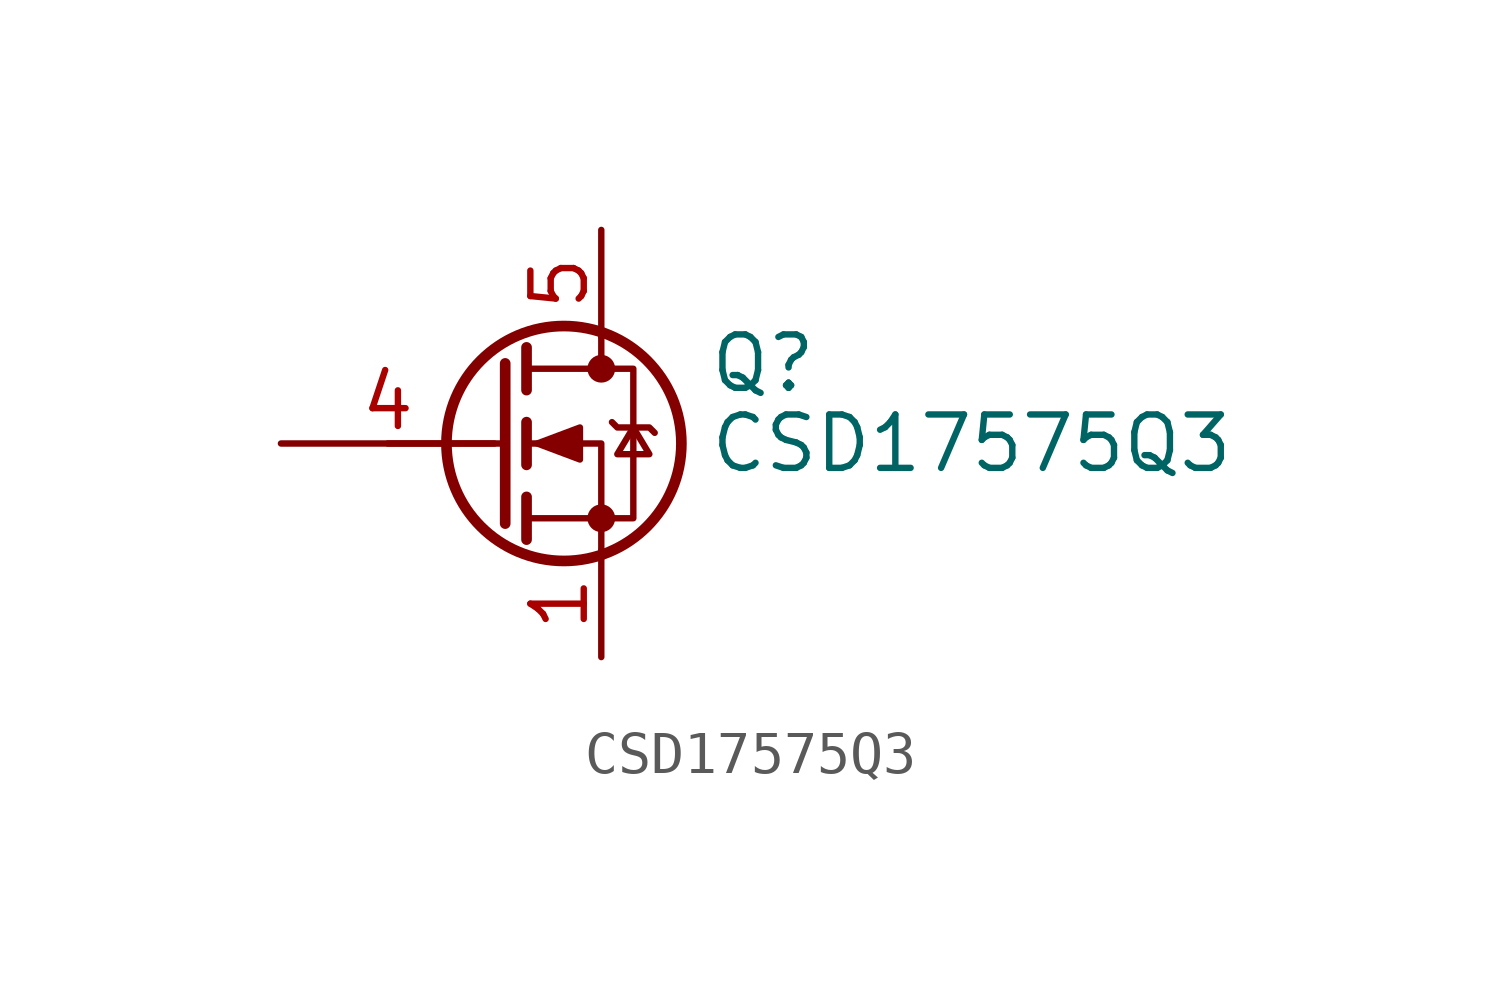
<source format=kicad_sym>
(kicad_symbol_lib
  (version 20241209)
  (generator "kicad_symbol_editor")
  (generator_version "9.0")
  (symbol "CSD17575Q3"
    (pin_names
      (offset 0)
      (hide yes))
    (property "Reference" "Q"
      (at 5.08 1.905 0)
      (effects (font (size 1.27 1.27)) (justify left)))
    (property "Value" "CSD17575Q3"
      (at 5.08 0 0)
      (effects (font (size 1.27 1.27)) (justify left)))
    (symbol "CSD17575Q3_0_1"
      (polyline (pts (xy 0.254 1.905) (xy 0.254 -1.905)) (stroke (width 0.254) (type default)) (fill (type none)))
      (polyline (pts (xy 0.254 0) (xy -2.54 0)) (stroke (width 0) (type default)) (fill (type none)))
      (polyline (pts (xy 0.762 2.286) (xy 0.762 1.27)) (stroke (width 0.254) (type default)) (fill (type none)))
      (polyline (pts (xy 0.762 0.508) (xy 0.762 -0.508)) (stroke (width 0.254) (type default)) (fill (type none)))
      (polyline (pts (xy 0.762 -1.27) (xy 0.762 -2.286)) (stroke (width 0.254) (type default)) (fill (type none)))
      (polyline (pts (xy 0.762 -1.778) (xy 3.302 -1.778) (xy 3.302 1.778) (xy 0.762 1.778)) (stroke (width 0) (type default)) (fill (type none)))
      (polyline (pts (xy 1.016 0) (xy 2.032 0.381) (xy 2.032 -0.381) (xy 1.016 0)) (stroke (width 0) (type default)) (fill (type outline)))
      (circle (center 1.651 0) (radius 2.794) (stroke (width 0.254) (type default)) (fill (type none)))
      (polyline (pts (xy 2.54 2.54) (xy 2.54 1.778)) (stroke (width 0) (type default)) (fill (type none)))
      (circle (center 2.54 1.778) (radius 0.254) (stroke (width 0) (type default)) (fill (type outline)))
      (circle (center 2.54 -1.778) (radius 0.254) (stroke (width 0) (type default)) (fill (type outline)))
      (polyline (pts (xy 2.54 -2.54) (xy 2.54 0) (xy 0.762 0)) (stroke (width 0) (type default)) (fill (type none)))
      (polyline (pts (xy 2.794 0.508) (xy 2.921 0.381) (xy 3.683 0.381) (xy 3.81 0.254)) (stroke (width 0) (type default)) (fill (type none)))
      (polyline (pts (xy 3.302 0.381) (xy 2.921 -0.254) (xy 3.683 -0.254) (xy 3.302 0.381)) (stroke (width 0) (type default)) (fill (type none))))
    (symbol "CSD17575Q3_1_1"
      (pin input line (at -5.08 0 0) (length 5.08) (name "G" (effects (font (size 1.27 1.27)))) (number "4" (effects (font (size 1.27 1.27)))))
      (pin passive line (at 2.54 5.08 270) (length 2.54) (name "D" (effects (font (size 1.27 1.27)))) (number "5" (effects (font (size 1.27 1.27)))))
      (pin passive line (at 2.54 -5.08 90) (length 2.54) (name "S" (effects (font (size 1.27 1.27)))) (number "1" (effects (font (size 1.27 1.27)))))
      (pin passive line (at 2.54 -5.08 90) (length 2.54) (hide yes) (name "S" (effects (font (size 1.27 1.27)))) (number "2" (effects (font (size 1.27 1.27)))))
      (pin passive line (at 2.54 -5.08 90) (length 2.54) (hide yes) (name "S" (effects (font (size 1.27 1.27)))) (number "3" (effects (font (size 1.27 1.27))))))))
</source>
